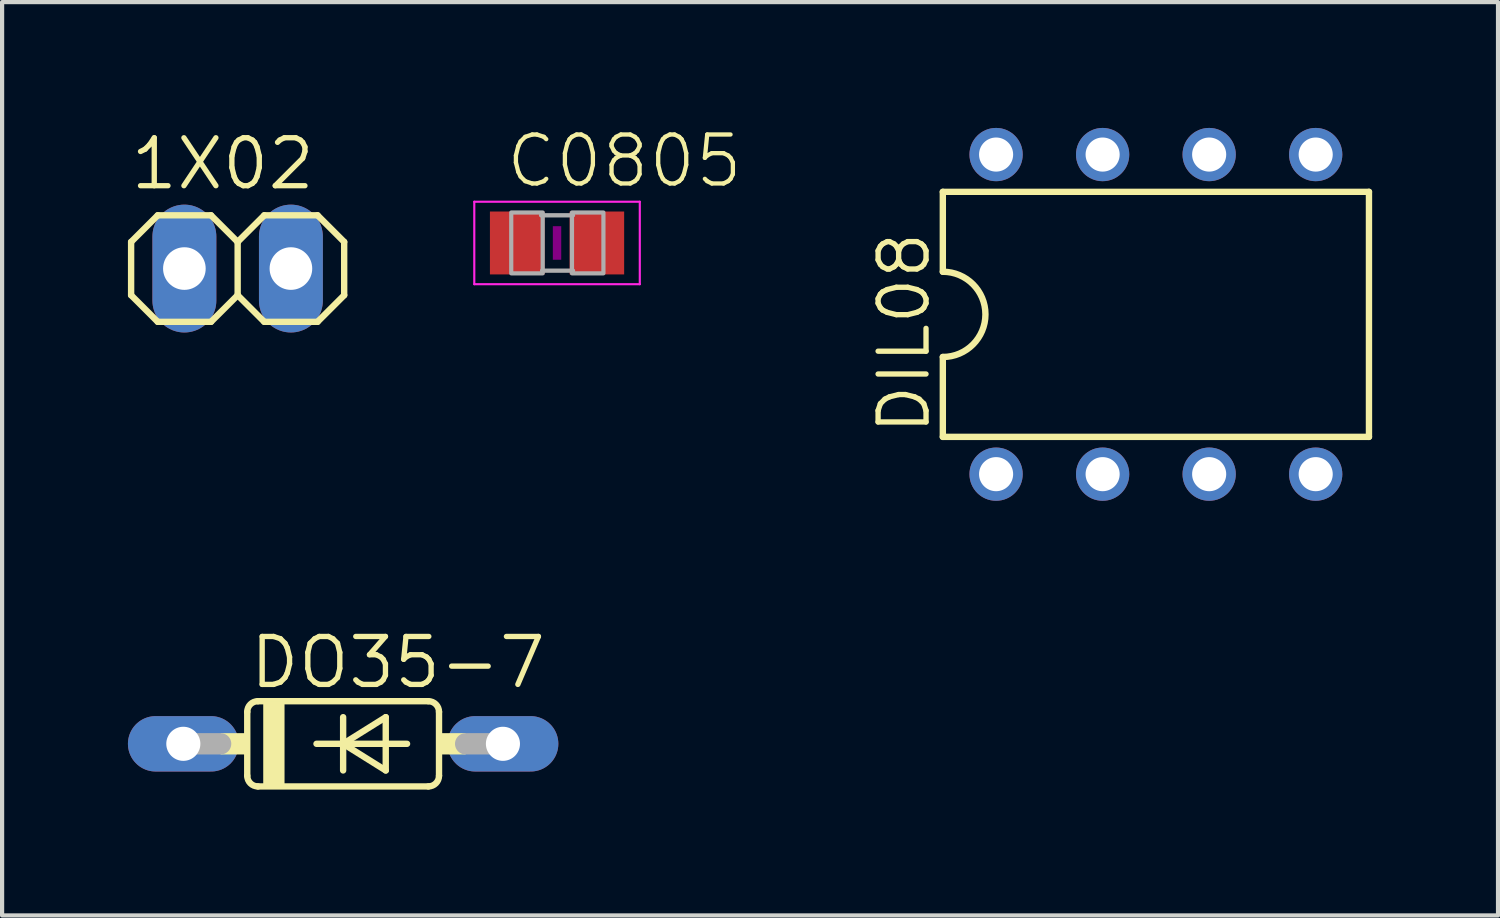
<source format=kicad_pcb>
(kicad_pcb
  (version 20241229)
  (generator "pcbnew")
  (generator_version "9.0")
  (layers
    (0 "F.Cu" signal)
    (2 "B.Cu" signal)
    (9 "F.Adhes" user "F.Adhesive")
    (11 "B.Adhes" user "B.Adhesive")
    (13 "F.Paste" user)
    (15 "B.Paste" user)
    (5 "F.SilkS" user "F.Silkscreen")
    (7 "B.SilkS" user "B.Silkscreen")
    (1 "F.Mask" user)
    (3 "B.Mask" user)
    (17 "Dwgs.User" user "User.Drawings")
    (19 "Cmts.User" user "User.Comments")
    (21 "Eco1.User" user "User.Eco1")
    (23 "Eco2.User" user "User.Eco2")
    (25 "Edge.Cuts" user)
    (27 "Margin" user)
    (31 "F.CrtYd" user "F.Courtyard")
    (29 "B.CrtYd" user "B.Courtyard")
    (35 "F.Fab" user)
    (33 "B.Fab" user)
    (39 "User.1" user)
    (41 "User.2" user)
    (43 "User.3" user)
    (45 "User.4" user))
  (footprint "1X02"
    (layer "F.Cu")
    (at 2.616 3.353)
    (property "Reference" "1X02" (at -2.616 -1.829 0) (layer "F.SilkS") (effects (font (size 1.143 1.143) (thickness 0.127)) (justify left bottom)))
    (fp_line (start -2.54 -0.635) (end -2.54 0.635) (stroke (width 0.152) (type solid)) (layer "F.SilkS"))
    (fp_line (start -2.54 0.635) (end -1.905 1.27) (stroke (width 0.152) (type solid)) (layer "F.SilkS"))
    (fp_line (start -1.905 -1.27) (end -2.54 -0.635) (stroke (width 0.152) (type solid)) (layer "F.SilkS"))
    (fp_line (start -1.905 -1.27) (end -0.635 -1.27) (stroke (width 0.152) (type solid)) (layer "F.SilkS"))
    (fp_line (start -0.635 -1.27) (end 0 -0.635) (stroke (width 0.152) (type solid)) (layer "F.SilkS"))
    (fp_line (start -0.635 1.27) (end -1.905 1.27) (stroke (width 0.152) (type solid)) (layer "F.SilkS"))
    (fp_line (start 0 -0.635) (end 0 0.635) (stroke (width 0.152) (type solid)) (layer "F.SilkS"))
    (fp_line (start 0 -0.635) (end 0.635 -1.27) (stroke (width 0.152) (type solid)) (layer "F.SilkS"))
    (fp_line (start 0 0.635) (end -0.635 1.27) (stroke (width 0.152) (type solid)) (layer "F.SilkS"))
    (fp_line (start 0.635 -1.27) (end 1.905 -1.27) (stroke (width 0.152) (type solid)) (layer "F.SilkS"))
    (fp_line (start 0.635 1.27) (end 0 0.635) (stroke (width 0.152) (type solid)) (layer "F.SilkS"))
    (fp_line (start 1.905 -1.27) (end 2.54 -0.635) (stroke (width 0.152) (type solid)) (layer "F.SilkS"))
    (fp_line (start 1.905 1.27) (end 0.635 1.27) (stroke (width 0.152) (type solid)) (layer "F.SilkS"))
    (fp_line (start 2.54 -0.635) (end 2.54 0.635) (stroke (width 0.152) (type solid)) (layer "F.SilkS"))
    (fp_line (start 2.54 0.635) (end 1.905 1.27) (stroke (width 0.152) (type solid)) (layer "F.SilkS"))
    (fp_poly (pts (xy -1.524 0.254) (xy -1.016 0.254) (xy -1.016 -0.254) (xy -1.524 -0.254)) (stroke (width 0.1) (type solid)) (fill no) (layer "F.Fab"))
    (fp_poly (pts (xy 1.016 0.254) (xy 1.524 0.254) (xy 1.524 -0.254) (xy 1.016 -0.254)) (stroke (width 0.1) (type solid)) (fill no) (layer "F.Fab"))
    (pad "1" thru_hole oval (at -1.27 0 90) (size 3.048 1.524) (drill 1.016) (layers "*.Cu" "*.Mask"))
    (pad "2" thru_hole oval (at 1.27 0 90) (size 3.048 1.524) (drill 1.016) (layers "*.Cu" "*.Mask")))
  (footprint "DO35-7"
    (layer "F.Cu")
    (at 5.131 14.684)
    (property "Reference" "DO35-7" (at -2.286 -1.27 0) (layer "F.SilkS") (effects (font (size 1.143 1.143) (thickness 0.127)) (justify left bottom)))
    (fp_line (start -2.286 -0.762) (end -2.286 0.762) (stroke (width 0.152) (type solid)) (layer "F.SilkS"))
    (fp_line (start -2.032 -1.016) (end 2.032 -1.016) (stroke (width 0.152) (type solid)) (layer "F.SilkS"))
    (fp_line (start -2.032 1.016) (end 2.032 1.016) (stroke (width 0.152) (type solid)) (layer "F.SilkS"))
    (fp_line (start -0.635 0) (end 0 0) (stroke (width 0.152) (type solid)) (layer "F.SilkS"))
    (fp_line (start 0 -0.635) (end 0 0) (stroke (width 0.152) (type solid)) (layer "F.SilkS"))
    (fp_line (start 0 0) (end 0 0.635) (stroke (width 0.152) (type solid)) (layer "F.SilkS"))
    (fp_line (start 0 0) (end 1.016 -0.635) (stroke (width 0.152) (type solid)) (layer "F.SilkS"))
    (fp_line (start 0 0) (end 1.524 0) (stroke (width 0.152) (type solid)) (layer "F.SilkS"))
    (fp_line (start 1.016 -0.635) (end 1.016 0.635) (stroke (width 0.152) (type solid)) (layer "F.SilkS"))
    (fp_line (start 1.016 0.635) (end 0 0) (stroke (width 0.152) (type solid)) (layer "F.SilkS"))
    (fp_line (start 2.286 -0.762) (end 2.286 0.762) (stroke (width 0.152) (type solid)) (layer "F.SilkS"))
    (fp_arc (start -2.286 -0.762) (mid -2.211605 -0.941605) (end -2.032 -1.016) (stroke (width 0.1524) (type solid)) (layer "F.SilkS"))
    (fp_arc (start -2.032 1.016) (mid -2.211605 0.941605) (end -2.286 0.762) (stroke (width 0.1524) (type solid)) (layer "F.SilkS"))
    (fp_arc (start 2.032 -1.016) (mid 2.211605 -0.941605) (end 2.286 -0.762) (stroke (width 0.1524) (type solid)) (layer "F.SilkS"))
    (fp_arc (start 2.286 0.762) (mid 2.211605 0.941605) (end 2.032 1.016) (stroke (width 0.1524) (type solid)) (layer "F.SilkS"))
    (fp_poly (pts (xy -2.921 0.254) (xy -2.286 0.254) (xy -2.286 -0.254) (xy -2.921 -0.254)) (stroke (width 0) (type solid)) (fill yes) (layer "F.SilkS"))
    (fp_poly (pts (xy -1.905 1.016) (xy -1.397 1.016) (xy -1.397 -1.016) (xy -1.905 -1.016)) (stroke (width 0) (type solid)) (fill yes) (layer "F.SilkS"))
    (fp_poly (pts (xy 2.286 0.254) (xy 2.921 0.254) (xy 2.921 -0.254) (xy 2.286 -0.254)) (stroke (width 0) (type solid)) (fill yes) (layer "F.SilkS"))
    (fp_line (start -3.81 0) (end -2.921 0) (stroke (width 0.508) (type solid)) (layer "F.Fab"))
    (fp_line (start 3.81 0) (end 2.921 0) (stroke (width 0.508) (type solid)) (layer "F.Fab"))
    (pad "A" thru_hole oval (at 3.81 0) (size 2.642 1.321) (drill 0.813) (layers "*.Cu" "*.Mask"))
    (pad "C" thru_hole oval (at -3.81 0) (size 2.642 1.321) (drill 0.813) (layers "*.Cu" "*.Mask")))
  (footprint "DIL08"
    (layer "F.Cu")
    (at 24.509 4.445)
    (property "Reference" "DIL08" (at -5.334 2.921 90) (layer "F.SilkS") (effects (font (size 1.143 1.143) (thickness 0.127)) (justify left bottom)))
    (fp_line (start -5.08 -2.921) (end -5.08 -1.016) (stroke (width 0.152) (type solid)) (layer "F.SilkS"))
    (fp_line (start -5.08 2.921) (end -5.08 1.016) (stroke (width 0.152) (type solid)) (layer "F.SilkS"))
    (fp_line (start -5.08 2.921) (end 5.08 2.921) (stroke (width 0.152) (type solid)) (layer "F.SilkS"))
    (fp_line (start 5.08 -2.921) (end -5.08 -2.921) (stroke (width 0.152) (type solid)) (layer "F.SilkS"))
    (fp_line (start 5.08 -2.921) (end 5.08 2.921) (stroke (width 0.152) (type solid)) (layer "F.SilkS"))
    (fp_arc (start -5.08 -1.016) (mid -4.064 0) (end -5.08 1.016) (stroke (width 0.1524) (type solid)) (layer "F.SilkS"))
    (pad "1" thru_hole circle (at -3.81 3.81 90) (size 1.27 1.27) (drill 0.813) (layers "*.Cu" "*.Mask"))
    (pad "2" thru_hole circle (at -1.27 3.81 90) (size 1.27 1.27) (drill 0.813) (layers "*.Cu" "*.Mask"))
    (pad "3" thru_hole circle (at 1.27 3.81 90) (size 1.27 1.27) (drill 0.813) (layers "*.Cu" "*.Mask"))
    (pad "4" thru_hole circle (at 3.81 3.81 90) (size 1.27 1.27) (drill 0.813) (layers "*.Cu" "*.Mask"))
    (pad "5" thru_hole circle (at 3.81 -3.81 90) (size 1.27 1.27) (drill 0.813) (layers "*.Cu" "*.Mask"))
    (pad "6" thru_hole circle (at 1.27 -3.81 90) (size 1.27 1.27) (drill 0.813) (layers "*.Cu" "*.Mask"))
    (pad "7" thru_hole circle (at -1.27 -3.81 90) (size 1.27 1.27) (drill 0.813) (layers "*.Cu" "*.Mask"))
    (pad "8" thru_hole circle (at -3.81 -3.81 90) (size 1.27 1.27) (drill 0.813) (layers "*.Cu" "*.Mask")))
  (footprint "C0805"
    (layer "F.Cu")
    (at 10.231 2.743)
    (property "Reference" "C0805" (at -1.27 -1.27 0) (layer "F.SilkS") (effects (font (size 1.168 1.168) (thickness 0.102)) (justify left bottom)))
    (fp_poly (pts (xy -0.1 0.4) (xy 0.1 0.4) (xy 0.1 -0.4) (xy -0.1 -0.4)) (stroke (width 0) (type solid)) (fill yes) (layer "F.Adhes"))
    (fp_line (start -1.973 -0.983) (end 1.973 -0.983) (stroke (width 0.051) (type solid)) (layer "F.CrtYd"))
    (fp_line (start -1.973 0.983) (end -1.973 -0.983) (stroke (width 0.051) (type solid)) (layer "F.CrtYd"))
    (fp_line (start 1.973 -0.983) (end 1.973 0.983) (stroke (width 0.051) (type solid)) (layer "F.CrtYd"))
    (fp_line (start 1.973 0.983) (end -1.973 0.983) (stroke (width 0.051) (type solid)) (layer "F.CrtYd"))
    (fp_line (start -0.381 -0.66) (end 0.381 -0.66) (stroke (width 0.102) (type solid)) (layer "F.Fab"))
    (fp_line (start -0.356 0.66) (end 0.381 0.66) (stroke (width 0.102) (type solid)) (layer "F.Fab"))
    (fp_poly (pts (xy -1.092 0.724) (xy -0.342 0.724) (xy -0.342 -0.726) (xy -1.092 -0.726)) (stroke (width 0.1) (type solid)) (fill no) (layer "F.Fab"))
    (fp_poly (pts (xy 0.356 0.724) (xy 1.106 0.724) (xy 1.106 -0.726) (xy 0.356 -0.726)) (stroke (width 0.1) (type solid)) (fill no) (layer "F.Fab"))
    (pad "1" smd rect (at -0.95 0) (size 1.3 1.5) (layers "F.Cu" "F.Mask" "F.Paste"))
    (pad "2" smd rect (at 0.95 0) (size 1.3 1.5) (layers "F.Cu" "F.Mask" "F.Paste")))
  (gr_rect
    (start -3 -3)
    (end 32.666 18.776)
    (stroke (width 0.1) (type default))
    (fill no)
    (layer "Edge.Cuts")))
</source>
